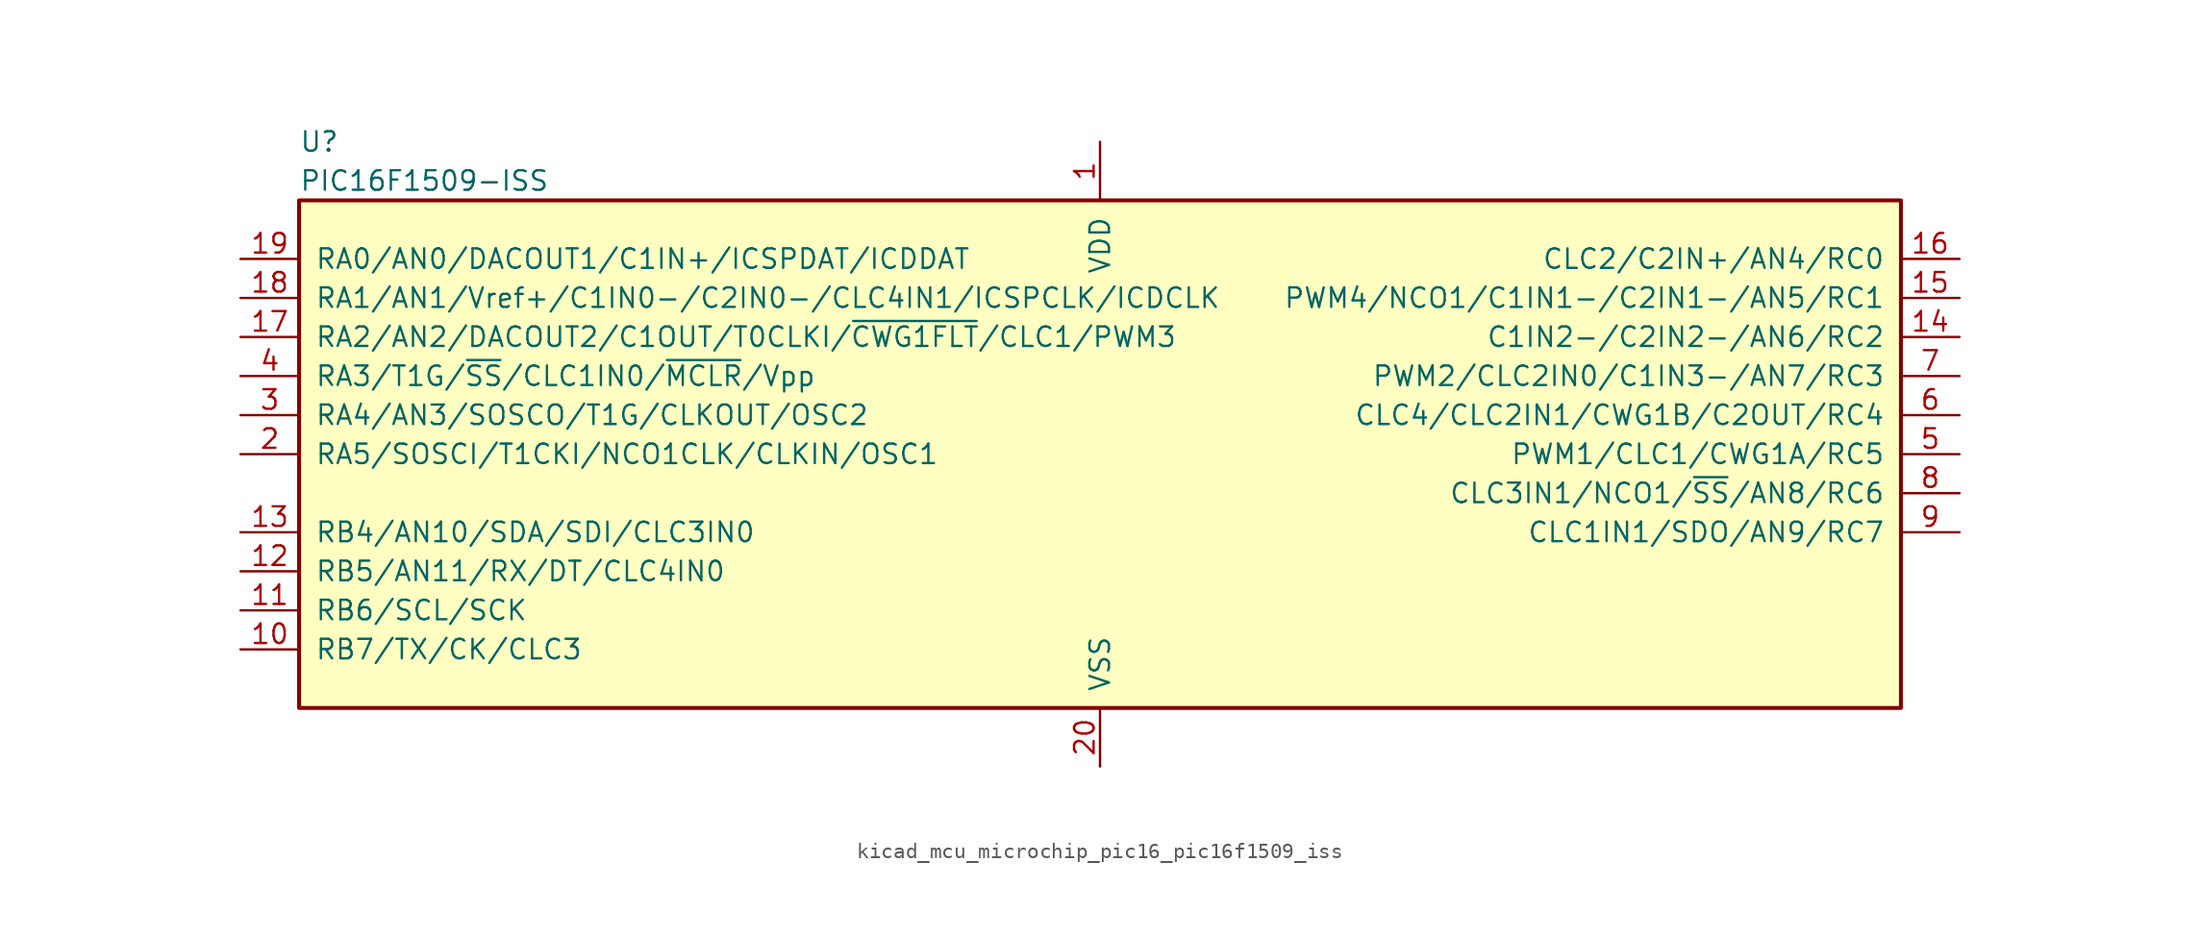
<source format=kicad_sym>
(kicad_symbol_lib
  (version 20220914)
  (generator kicad_symbol_editor)
  (symbol "kicad_mcu_microchip_pic16_pic16f1509_iss"
    (pin_names
      (offset 1.016))
    (property "Reference" "U"
      (at -52.07 20.32 0)
      (effects (font (size 1.27 1.27)) (justify left)))
    (property "Value" "PIC16F1509-ISS"
      (at -52.07 17.78 0)
      (effects (font (size 1.27 1.27)) (justify left)))
    (symbol "kicad_mcu_microchip_pic16_pic16f1509_iss_0_1"
      (rectangle (start -52.07 16.51) (end 52.07 -16.51) (stroke (width 0.254) (type default)) (fill (type background))))
    (symbol "kicad_mcu_microchip_pic16_pic16f1509_iss_1_1"
      (pin power_in line (at 0 20.32 270) (length 3.81) (name "VDD" (effects (font (size 1.27 1.27)))) (number "1" (effects (font (size 1.27 1.27)))))
      (pin bidirectional line (at -55.88 -12.7 0) (length 3.81) (name "RB7/TX/CK/CLC3" (effects (font (size 1.27 1.27)))) (number "10" (effects (font (size 1.27 1.27)))))
      (pin bidirectional line (at -55.88 -10.16 0) (length 3.81) (name "RB6/SCL/SCK" (effects (font (size 1.27 1.27)))) (number "11" (effects (font (size 1.27 1.27)))))
      (pin bidirectional line (at -55.88 -7.62 0) (length 3.81) (name "RB5/AN11/RX/DT/CLC4IN0" (effects (font (size 1.27 1.27)))) (number "12" (effects (font (size 1.27 1.27)))))
      (pin bidirectional line (at -55.88 -5.08 0) (length 3.81) (name "RB4/AN10/SDA/SDI/CLC3IN0" (effects (font (size 1.27 1.27)))) (number "13" (effects (font (size 1.27 1.27)))))
      (pin bidirectional line (at 55.88 7.62 180) (length 3.81) (name "C1IN2-/C2IN2-/AN6/RC2" (effects (font (size 1.27 1.27)))) (number "14" (effects (font (size 1.27 1.27)))))
      (pin bidirectional line (at 55.88 10.16 180) (length 3.81) (name "PWM4/NCO1/C1IN1-/C2IN1-/AN5/RC1" (effects (font (size 1.27 1.27)))) (number "15" (effects (font (size 1.27 1.27)))))
      (pin bidirectional line (at 55.88 12.7 180) (length 3.81) (name "CLC2/C2IN+/AN4/RC0" (effects (font (size 1.27 1.27)))) (number "16" (effects (font (size 1.27 1.27)))))
      (pin bidirectional line (at -55.88 7.62 0) (length 3.81) (name "RA2/AN2/DACOUT2/C1OUT/T0CLKI/~{CWG1FLT}/CLC1/PWM3" (effects (font (size 1.27 1.27)))) (number "17" (effects (font (size 1.27 1.27)))))
      (pin bidirectional line (at -55.88 10.16 0) (length 3.81) (name "RA1/AN1/Vref+/C1IN0-/C2IN0-/CLC4IN1/ICSPCLK/ICDCLK" (effects (font (size 1.27 1.27)))) (number "18" (effects (font (size 1.27 1.27)))))
      (pin bidirectional line (at -55.88 12.7 0) (length 3.81) (name "RA0/AN0/DACOUT1/C1IN+/ICSPDAT/ICDDAT" (effects (font (size 1.27 1.27)))) (number "19" (effects (font (size 1.27 1.27)))))
      (pin bidirectional line (at -55.88 0 0) (length 3.81) (name "RA5/SOSCI/T1CKI/NCO1CLK/CLKIN/OSC1" (effects (font (size 1.27 1.27)))) (number "2" (effects (font (size 1.27 1.27)))))
      (pin power_in line (at 0 -20.32 90) (length 3.81) (name "VSS" (effects (font (size 1.27 1.27)))) (number "20" (effects (font (size 1.27 1.27)))))
      (pin bidirectional line (at -55.88 2.54 0) (length 3.81) (name "RA4/AN3/SOSCO/T1G/CLKOUT/OSC2" (effects (font (size 1.27 1.27)))) (number "3" (effects (font (size 1.27 1.27)))))
      (pin input line (at -55.88 5.08 0) (length 3.81) (name "RA3/T1G/~{SS}/CLC1IN0/~{MCLR}/Vpp" (effects (font (size 1.27 1.27)))) (number "4" (effects (font (size 1.27 1.27)))))
      (pin bidirectional line (at 55.88 0 180) (length 3.81) (name "PWM1/CLC1/CWG1A/RC5" (effects (font (size 1.27 1.27)))) (number "5" (effects (font (size 1.27 1.27)))))
      (pin bidirectional line (at 55.88 2.54 180) (length 3.81) (name "CLC4/CLC2IN1/CWG1B/C2OUT/RC4" (effects (font (size 1.27 1.27)))) (number "6" (effects (font (size 1.27 1.27)))))
      (pin bidirectional line (at 55.88 5.08 180) (length 3.81) (name "PWM2/CLC2IN0/C1IN3-/AN7/RC3" (effects (font (size 1.27 1.27)))) (number "7" (effects (font (size 1.27 1.27)))))
      (pin bidirectional line (at 55.88 -2.54 180) (length 3.81) (name "CLC3IN1/NCO1/~{SS}/AN8/RC6" (effects (font (size 1.27 1.27)))) (number "8" (effects (font (size 1.27 1.27)))))
      (pin bidirectional line (at 55.88 -5.08 180) (length 3.81) (name "CLC1IN1/SDO/AN9/RC7" (effects (font (size 1.27 1.27)))) (number "9" (effects (font (size 1.27 1.27))))))))
</source>
